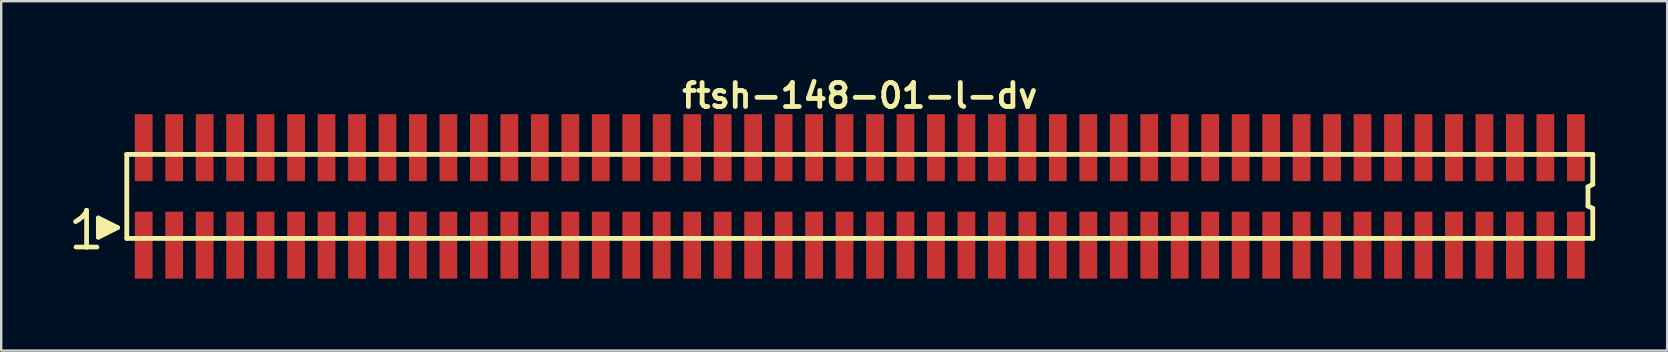
<source format=kicad_pcb>
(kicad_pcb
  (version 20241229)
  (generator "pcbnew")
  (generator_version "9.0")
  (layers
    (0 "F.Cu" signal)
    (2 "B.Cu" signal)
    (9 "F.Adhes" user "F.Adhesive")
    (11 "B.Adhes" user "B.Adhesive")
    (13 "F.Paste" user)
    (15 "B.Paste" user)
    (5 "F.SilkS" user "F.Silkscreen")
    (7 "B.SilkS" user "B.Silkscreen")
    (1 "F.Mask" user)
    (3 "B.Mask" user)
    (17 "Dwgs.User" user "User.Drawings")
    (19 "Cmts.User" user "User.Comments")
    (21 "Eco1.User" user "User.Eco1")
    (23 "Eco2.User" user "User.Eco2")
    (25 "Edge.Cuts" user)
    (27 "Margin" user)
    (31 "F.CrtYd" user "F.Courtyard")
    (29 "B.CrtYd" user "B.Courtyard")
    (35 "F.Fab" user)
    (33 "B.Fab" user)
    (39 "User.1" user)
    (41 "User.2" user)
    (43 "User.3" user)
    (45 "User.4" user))
  (footprint "ftsh-148-01-l-dv"
    (layer "F.Cu")
    (at 32.784 5.136)
    (property "Reference" "ftsh-148-01-l-dv" (at 0 -4.2 0) (layer "F.SilkS") (effects (font (size 1 1) (thickness 0.2))))
    (attr through_hole)
    (fp_line (start -32.685 1.05) (end -32.555 0.97) (stroke (width 0.198) (type solid)) (layer "F.SilkS"))
    (fp_line (start -32.555 0.97) (end -32.395 0.84) (stroke (width 0.198) (type solid)) (layer "F.SilkS"))
    (fp_line (start -32.395 0.84) (end -32.255 0.67) (stroke (width 0.198) (type solid)) (layer "F.SilkS"))
    (fp_line (start -32.255 0.67) (end -32.225 0.58) (stroke (width 0.198) (type solid)) (layer "F.SilkS"))
    (fp_line (start -32.225 0.58) (end -32.225 2.11) (stroke (width 0.198) (type solid)) (layer "F.SilkS"))
    (fp_line (start -32.225 2.11) (end -32.665 2.11) (stroke (width 0.198) (type solid)) (layer "F.SilkS"))
    (fp_line (start -31.795 2.11) (end -32.235 2.11) (stroke (width 0.198) (type solid)) (layer "F.SilkS"))
    (fp_line (start -31.735 0.9) (end -30.935 1.3) (stroke (width 0.198) (type solid)) (layer "F.SilkS"))
    (fp_line (start -31.735 1.7) (end -31.735 0.9) (stroke (width 0.198) (type solid)) (layer "F.SilkS"))
    (fp_line (start -31.635 1.6) (end -31.635 1) (stroke (width 0.198) (type solid)) (layer "F.SilkS"))
    (fp_line (start -31.535 1.1) (end -31.535 1.5) (stroke (width 0.198) (type solid)) (layer "F.SilkS"))
    (fp_line (start -31.435 1.5) (end -31.435 1.1) (stroke (width 0.198) (type solid)) (layer "F.SilkS"))
    (fp_line (start -31.335 1.2) (end -31.335 1.4) (stroke (width 0.198) (type solid)) (layer "F.SilkS"))
    (fp_line (start -31.235 1.4) (end -31.235 1.2) (stroke (width 0.198) (type solid)) (layer "F.SilkS"))
    (fp_line (start -30.935 1.3) (end -31.735 1.7) (stroke (width 0.198) (type solid)) (layer "F.SilkS"))
    (fp_line (start -30.55 -1.75) (end -30.55 1.75) (stroke (width 0.2) (type solid)) (layer "F.SilkS"))
    (fp_line (start -30.55 -1.75) (end 30.55 -1.75) (stroke (width 0.2) (type solid)) (layer "F.SilkS"))
    (fp_line (start -30.55 1.75) (end 30.55 1.75) (stroke (width 0.2) (type solid)) (layer "F.SilkS"))
    (fp_line (start 30.35 -0.4) (end 30.35 0.4) (stroke (width 0.2) (type solid)) (layer "F.SilkS"))
    (fp_line (start 30.35 -0.4) (end 30.55 -0.5) (stroke (width 0.2) (type solid)) (layer "F.SilkS"))
    (fp_line (start 30.35 0.4) (end 30.55 0.5) (stroke (width 0.2) (type solid)) (layer "F.SilkS"))
    (fp_line (start 30.55 -0.5) (end 30.55 -1.75) (stroke (width 0.2) (type solid)) (layer "F.SilkS"))
    (fp_line (start 30.55 0.5) (end 30.55 1.75) (stroke (width 0.2) (type solid)) (layer "F.SilkS"))
    (pad "1" smd rect (at -29.845 2.032) (size 0.74 2.79) (layers "F.Cu" "F.Mask" "F.Paste"))
    (pad "2" smd rect (at -29.845 -2.032) (size 0.74 2.79) (layers "F.Cu" "F.Mask" "F.Paste"))
    (pad "3" smd rect (at -28.575 2.032) (size 0.74 2.79) (layers "F.Cu" "F.Mask" "F.Paste"))
    (pad "4" smd rect (at -28.575 -2.032) (size 0.74 2.79) (layers "F.Cu" "F.Mask" "F.Paste"))
    (pad "5" smd rect (at -27.305 2.032) (size 0.74 2.79) (layers "F.Cu" "F.Mask" "F.Paste"))
    (pad "6" smd rect (at -27.305 -2.032) (size 0.74 2.79) (layers "F.Cu" "F.Mask" "F.Paste"))
    (pad "7" smd rect (at -26.035 2.032) (size 0.74 2.79) (layers "F.Cu" "F.Mask" "F.Paste"))
    (pad "8" smd rect (at -26.035 -2.032) (size 0.74 2.79) (layers "F.Cu" "F.Mask" "F.Paste"))
    (pad "9" smd rect (at -24.765 2.032) (size 0.74 2.79) (layers "F.Cu" "F.Mask" "F.Paste"))
    (pad "10" smd rect (at -24.765 -2.032) (size 0.74 2.79) (layers "F.Cu" "F.Mask" "F.Paste"))
    (pad "11" smd rect (at -23.495 2.032) (size 0.74 2.79) (layers "F.Cu" "F.Mask" "F.Paste"))
    (pad "12" smd rect (at -23.495 -2.032) (size 0.74 2.79) (layers "F.Cu" "F.Mask" "F.Paste"))
    (pad "13" smd rect (at -22.225 2.032) (size 0.74 2.79) (layers "F.Cu" "F.Mask" "F.Paste"))
    (pad "14" smd rect (at -22.225 -2.032) (size 0.74 2.79) (layers "F.Cu" "F.Mask" "F.Paste"))
    (pad "15" smd rect (at -20.955 2.032) (size 0.74 2.79) (layers "F.Cu" "F.Mask" "F.Paste"))
    (pad "16" smd rect (at -20.955 -2.032) (size 0.74 2.79) (layers "F.Cu" "F.Mask" "F.Paste"))
    (pad "17" smd rect (at -19.685 2.032) (size 0.74 2.79) (layers "F.Cu" "F.Mask" "F.Paste"))
    (pad "18" smd rect (at -19.685 -2.032) (size 0.74 2.79) (layers "F.Cu" "F.Mask" "F.Paste"))
    (pad "19" smd rect (at -18.415 2.032) (size 0.74 2.79) (layers "F.Cu" "F.Mask" "F.Paste"))
    (pad "20" smd rect (at -18.415 -2.032) (size 0.74 2.79) (layers "F.Cu" "F.Mask" "F.Paste"))
    (pad "21" smd rect (at -17.145 2.032) (size 0.74 2.79) (layers "F.Cu" "F.Mask" "F.Paste"))
    (pad "22" smd rect (at -17.145 -2.032) (size 0.74 2.79) (layers "F.Cu" "F.Mask" "F.Paste"))
    (pad "23" smd rect (at -15.875 2.032) (size 0.74 2.79) (layers "F.Cu" "F.Mask" "F.Paste"))
    (pad "24" smd rect (at -15.875 -2.032) (size 0.74 2.79) (layers "F.Cu" "F.Mask" "F.Paste"))
    (pad "25" smd rect (at -14.605 2.032) (size 0.74 2.79) (layers "F.Cu" "F.Mask" "F.Paste"))
    (pad "26" smd rect (at -14.605 -2.032) (size 0.74 2.79) (layers "F.Cu" "F.Mask" "F.Paste"))
    (pad "27" smd rect (at -13.335 2.032) (size 0.74 2.79) (layers "F.Cu" "F.Mask" "F.Paste"))
    (pad "28" smd rect (at -13.335 -2.032) (size 0.74 2.79) (layers "F.Cu" "F.Mask" "F.Paste"))
    (pad "29" smd rect (at -12.065 2.032) (size 0.74 2.79) (layers "F.Cu" "F.Mask" "F.Paste"))
    (pad "30" smd rect (at -12.065 -2.032) (size 0.74 2.79) (layers "F.Cu" "F.Mask" "F.Paste"))
    (pad "31" smd rect (at -10.795 2.032) (size 0.74 2.79) (layers "F.Cu" "F.Mask" "F.Paste"))
    (pad "32" smd rect (at -10.795 -2.032) (size 0.74 2.79) (layers "F.Cu" "F.Mask" "F.Paste"))
    (pad "33" smd rect (at -9.525 2.032) (size 0.74 2.79) (layers "F.Cu" "F.Mask" "F.Paste"))
    (pad "34" smd rect (at -9.525 -2.032) (size 0.74 2.79) (layers "F.Cu" "F.Mask" "F.Paste"))
    (pad "35" smd rect (at -8.255 2.032) (size 0.74 2.79) (layers "F.Cu" "F.Mask" "F.Paste"))
    (pad "36" smd rect (at -8.255 -2.032) (size 0.74 2.79) (layers "F.Cu" "F.Mask" "F.Paste"))
    (pad "37" smd rect (at -6.985 2.032) (size 0.74 2.79) (layers "F.Cu" "F.Mask" "F.Paste"))
    (pad "38" smd rect (at -6.985 -2.032) (size 0.74 2.79) (layers "F.Cu" "F.Mask" "F.Paste"))
    (pad "39" smd rect (at -5.715 2.032) (size 0.74 2.79) (layers "F.Cu" "F.Mask" "F.Paste"))
    (pad "40" smd rect (at -5.715 -2.032) (size 0.74 2.79) (layers "F.Cu" "F.Mask" "F.Paste"))
    (pad "41" smd rect (at -4.445 2.032) (size 0.74 2.79) (layers "F.Cu" "F.Mask" "F.Paste"))
    (pad "42" smd rect (at -4.445 -2.032) (size 0.74 2.79) (layers "F.Cu" "F.Mask" "F.Paste"))
    (pad "43" smd rect (at -3.175 2.032) (size 0.74 2.79) (layers "F.Cu" "F.Mask" "F.Paste"))
    (pad "44" smd rect (at -3.175 -2.032) (size 0.74 2.79) (layers "F.Cu" "F.Mask" "F.Paste"))
    (pad "45" smd rect (at -1.905 2.032) (size 0.74 2.79) (layers "F.Cu" "F.Mask" "F.Paste"))
    (pad "46" smd rect (at -1.905 -2.032) (size 0.74 2.79) (layers "F.Cu" "F.Mask" "F.Paste"))
    (pad "47" smd rect (at -0.635 2.032) (size 0.74 2.79) (layers "F.Cu" "F.Mask" "F.Paste"))
    (pad "48" smd rect (at -0.635 -2.032) (size 0.74 2.79) (layers "F.Cu" "F.Mask" "F.Paste"))
    (pad "49" smd rect (at 0.635 2.032) (size 0.74 2.79) (layers "F.Cu" "F.Mask" "F.Paste"))
    (pad "50" smd rect (at 0.635 -2.032) (size 0.74 2.79) (layers "F.Cu" "F.Mask" "F.Paste"))
    (pad "51" smd rect (at 1.905 2.032) (size 0.74 2.79) (layers "F.Cu" "F.Mask" "F.Paste"))
    (pad "52" smd rect (at 1.905 -2.032) (size 0.74 2.79) (layers "F.Cu" "F.Mask" "F.Paste"))
    (pad "53" smd rect (at 3.175 2.032) (size 0.74 2.79) (layers "F.Cu" "F.Mask" "F.Paste"))
    (pad "54" smd rect (at 3.175 -2.032) (size 0.74 2.79) (layers "F.Cu" "F.Mask" "F.Paste"))
    (pad "55" smd rect (at 4.445 2.032) (size 0.74 2.79) (layers "F.Cu" "F.Mask" "F.Paste"))
    (pad "56" smd rect (at 4.445 -2.032) (size 0.74 2.79) (layers "F.Cu" "F.Mask" "F.Paste"))
    (pad "57" smd rect (at 5.715 2.032) (size 0.74 2.79) (layers "F.Cu" "F.Mask" "F.Paste"))
    (pad "58" smd rect (at 5.715 -2.032) (size 0.74 2.79) (layers "F.Cu" "F.Mask" "F.Paste"))
    (pad "59" smd rect (at 6.985 2.032) (size 0.74 2.79) (layers "F.Cu" "F.Mask" "F.Paste"))
    (pad "60" smd rect (at 6.985 -2.032) (size 0.74 2.79) (layers "F.Cu" "F.Mask" "F.Paste"))
    (pad "61" smd rect (at 8.255 2.032) (size 0.74 2.79) (layers "F.Cu" "F.Mask" "F.Paste"))
    (pad "62" smd rect (at 8.255 -2.032) (size 0.74 2.79) (layers "F.Cu" "F.Mask" "F.Paste"))
    (pad "63" smd rect (at 9.525 2.032) (size 0.74 2.79) (layers "F.Cu" "F.Mask" "F.Paste"))
    (pad "64" smd rect (at 9.525 -2.032) (size 0.74 2.79) (layers "F.Cu" "F.Mask" "F.Paste"))
    (pad "65" smd rect (at 10.795 2.032) (size 0.74 2.79) (layers "F.Cu" "F.Mask" "F.Paste"))
    (pad "66" smd rect (at 10.795 -2.032) (size 0.74 2.79) (layers "F.Cu" "F.Mask" "F.Paste"))
    (pad "67" smd rect (at 12.065 2.032) (size 0.74 2.79) (layers "F.Cu" "F.Mask" "F.Paste"))
    (pad "68" smd rect (at 12.065 -2.032) (size 0.74 2.79) (layers "F.Cu" "F.Mask" "F.Paste"))
    (pad "69" smd rect (at 13.335 2.032) (size 0.74 2.79) (layers "F.Cu" "F.Mask" "F.Paste"))
    (pad "70" smd rect (at 13.335 -2.032) (size 0.74 2.79) (layers "F.Cu" "F.Mask" "F.Paste"))
    (pad "71" smd rect (at 14.605 2.032) (size 0.74 2.79) (layers "F.Cu" "F.Mask" "F.Paste"))
    (pad "72" smd rect (at 14.605 -2.032) (size 0.74 2.79) (layers "F.Cu" "F.Mask" "F.Paste"))
    (pad "73" smd rect (at 15.875 2.032) (size 0.74 2.79) (layers "F.Cu" "F.Mask" "F.Paste"))
    (pad "74" smd rect (at 15.875 -2.032) (size 0.74 2.79) (layers "F.Cu" "F.Mask" "F.Paste"))
    (pad "75" smd rect (at 17.145 2.032) (size 0.74 2.79) (layers "F.Cu" "F.Mask" "F.Paste"))
    (pad "76" smd rect (at 17.145 -2.032) (size 0.74 2.79) (layers "F.Cu" "F.Mask" "F.Paste"))
    (pad "77" smd rect (at 18.415 2.032) (size 0.74 2.79) (layers "F.Cu" "F.Mask" "F.Paste"))
    (pad "78" smd rect (at 18.415 -2.032) (size 0.74 2.79) (layers "F.Cu" "F.Mask" "F.Paste"))
    (pad "79" smd rect (at 19.685 2.032) (size 0.74 2.79) (layers "F.Cu" "F.Mask" "F.Paste"))
    (pad "80" smd rect (at 19.685 -2.032) (size 0.74 2.79) (layers "F.Cu" "F.Mask" "F.Paste"))
    (pad "81" smd rect (at 20.955 2.032) (size 0.74 2.79) (layers "F.Cu" "F.Mask" "F.Paste"))
    (pad "82" smd rect (at 20.955 -2.032) (size 0.74 2.79) (layers "F.Cu" "F.Mask" "F.Paste"))
    (pad "83" smd rect (at 22.225 2.032) (size 0.74 2.79) (layers "F.Cu" "F.Mask" "F.Paste"))
    (pad "84" smd rect (at 22.225 -2.032) (size 0.74 2.79) (layers "F.Cu" "F.Mask" "F.Paste"))
    (pad "85" smd rect (at 23.495 2.032) (size 0.74 2.79) (layers "F.Cu" "F.Mask" "F.Paste"))
    (pad "86" smd rect (at 23.495 -2.032) (size 0.74 2.79) (layers "F.Cu" "F.Mask" "F.Paste"))
    (pad "87" smd rect (at 24.765 2.032) (size 0.74 2.79) (layers "F.Cu" "F.Mask" "F.Paste"))
    (pad "88" smd rect (at 24.765 -2.032) (size 0.74 2.79) (layers "F.Cu" "F.Mask" "F.Paste"))
    (pad "89" smd rect (at 26.035 2.032) (size 0.74 2.79) (layers "F.Cu" "F.Mask" "F.Paste"))
    (pad "90" smd rect (at 26.035 -2.032) (size 0.74 2.79) (layers "F.Cu" "F.Mask" "F.Paste"))
    (pad "91" smd rect (at 27.305 2.032) (size 0.74 2.79) (layers "F.Cu" "F.Mask" "F.Paste"))
    (pad "92" smd rect (at 27.305 -2.032) (size 0.74 2.79) (layers "F.Cu" "F.Mask" "F.Paste"))
    (pad "93" smd rect (at 28.575 2.032) (size 0.74 2.79) (layers "F.Cu" "F.Mask" "F.Paste"))
    (pad "94" smd rect (at 28.575 -2.032) (size 0.74 2.79) (layers "F.Cu" "F.Mask" "F.Paste"))
    (pad "95" smd rect (at 29.845 2.032) (size 0.74 2.79) (layers "F.Cu" "F.Mask" "F.Paste"))
    (pad "96" smd rect (at 29.845 -2.032) (size 0.74 2.79) (layers "F.Cu" "F.Mask" "F.Paste")))
  (gr_rect
    (start -3 -3)
    (end 66.434 11.563)
    (stroke (width 0.1) (type default))
    (fill no)
    (layer "Edge.Cuts")))
</source>
